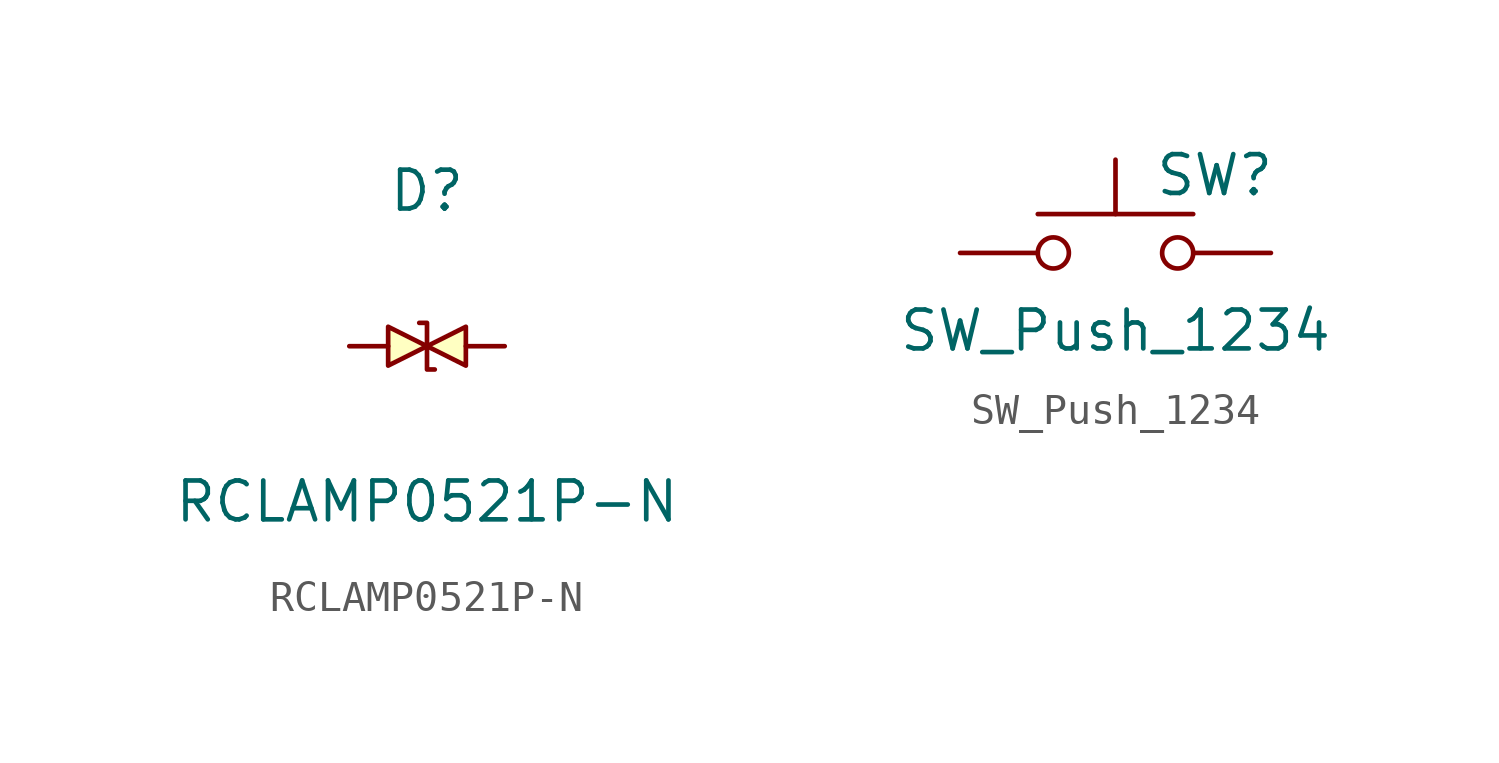
<source format=kicad_sym>
(kicad_symbol_lib
  (version 20231120)
  (generator "kicad_symbol_editor")
  (generator_version "8.0")
  (symbol "RCLAMP0521P-N"
    (pin_numbers hide)
    (pin_names hide)
    (property "Reference" "D"
      (at 0 5.08 0)
      (effects (font (size 1.27 1.27))))
    (property "Value" "RCLAMP0521P-N"
      (at 0 -5.08 0)
      (effects (font (size 1.27 1.27))))
    (symbol "RCLAMP0521P-N_0_1"
      (polyline (pts (xy -1.27 0.635) (xy 0 0) (xy -1.27 -0.635) (xy -1.27 0.635)) (stroke (width 0) (type default)) (fill (type background)))
      (polyline (pts (xy 0.254 -0.762) (xy 0 -0.762) (xy 0 0.762) (xy -0.254 0.762)) (stroke (width 0) (type default)) (fill (type none)))
      (polyline (pts (xy 1.27 0.635) (xy 0 0) (xy 1.27 -0.635) (xy 1.27 0.635)) (stroke (width 0) (type default)) (fill (type background))))
    (symbol "RCLAMP0521P-N_1_1"
      (pin unspecified line (at -2.54 0 0) (length 1.27) (name "1" (effects (font (size 1.27 1.27)))) (number "1" (effects (font (size 1.27 1.27)))))
      (pin unspecified line (at 2.54 0 180) (length 1.27) (name "2" (effects (font (size 1.27 1.27)))) (number "2" (effects (font (size 1.27 1.27)))))))
  (symbol "SW_Push_1234"
    (pin_numbers hide)
    (pin_names
      (offset 1.016) hide)
    (property "Reference" "SW"
      (at 1.27 2.54 0)
      (effects (font (size 1.27 1.27)) (justify left)))
    (property "Value" "SW_Push_1234"
      (at 0 -2.54 0)
      (effects (font (size 1.27 1.27))))
    (symbol "SW_Push_1234_0_1"
      (circle (center -2.032 0) (radius 0.508) (stroke (width 0) (type default)) (fill (type none)))
      (polyline (pts (xy 0 1.27) (xy 0 3.048)) (stroke (width 0) (type default)) (fill (type none)))
      (polyline (pts (xy 2.54 1.27) (xy -2.54 1.27)) (stroke (width 0) (type default)) (fill (type none)))
      (circle (center 2.032 0) (radius 0.508) (stroke (width 0) (type default)) (fill (type none)))
      (pin passive line (at -5.08 0 0) (length 2.54) (name "1" (effects (font (size 1.27 1.27)))) (number "1" (effects (font (size 1.27 1.27)))))
      (pin passive line (at -5.08 0 0) (length 2.54) hide (name "2" (effects (font (size 1.27 1.27)))) (number "2" (effects (font (size 1.27 1.27)))))
      (pin passive line (at 5.08 0 180) (length 2.54) (name "3" (effects (font (size 1.27 1.27)))) (number "3" (effects (font (size 1.27 1.27)))))
      (pin passive line (at 5.08 0 180) (length 2.54) hide (name "4" (effects (font (size 1.27 1.27)))) (number "4" (effects (font (size 1.27 1.27))))))))
</source>
